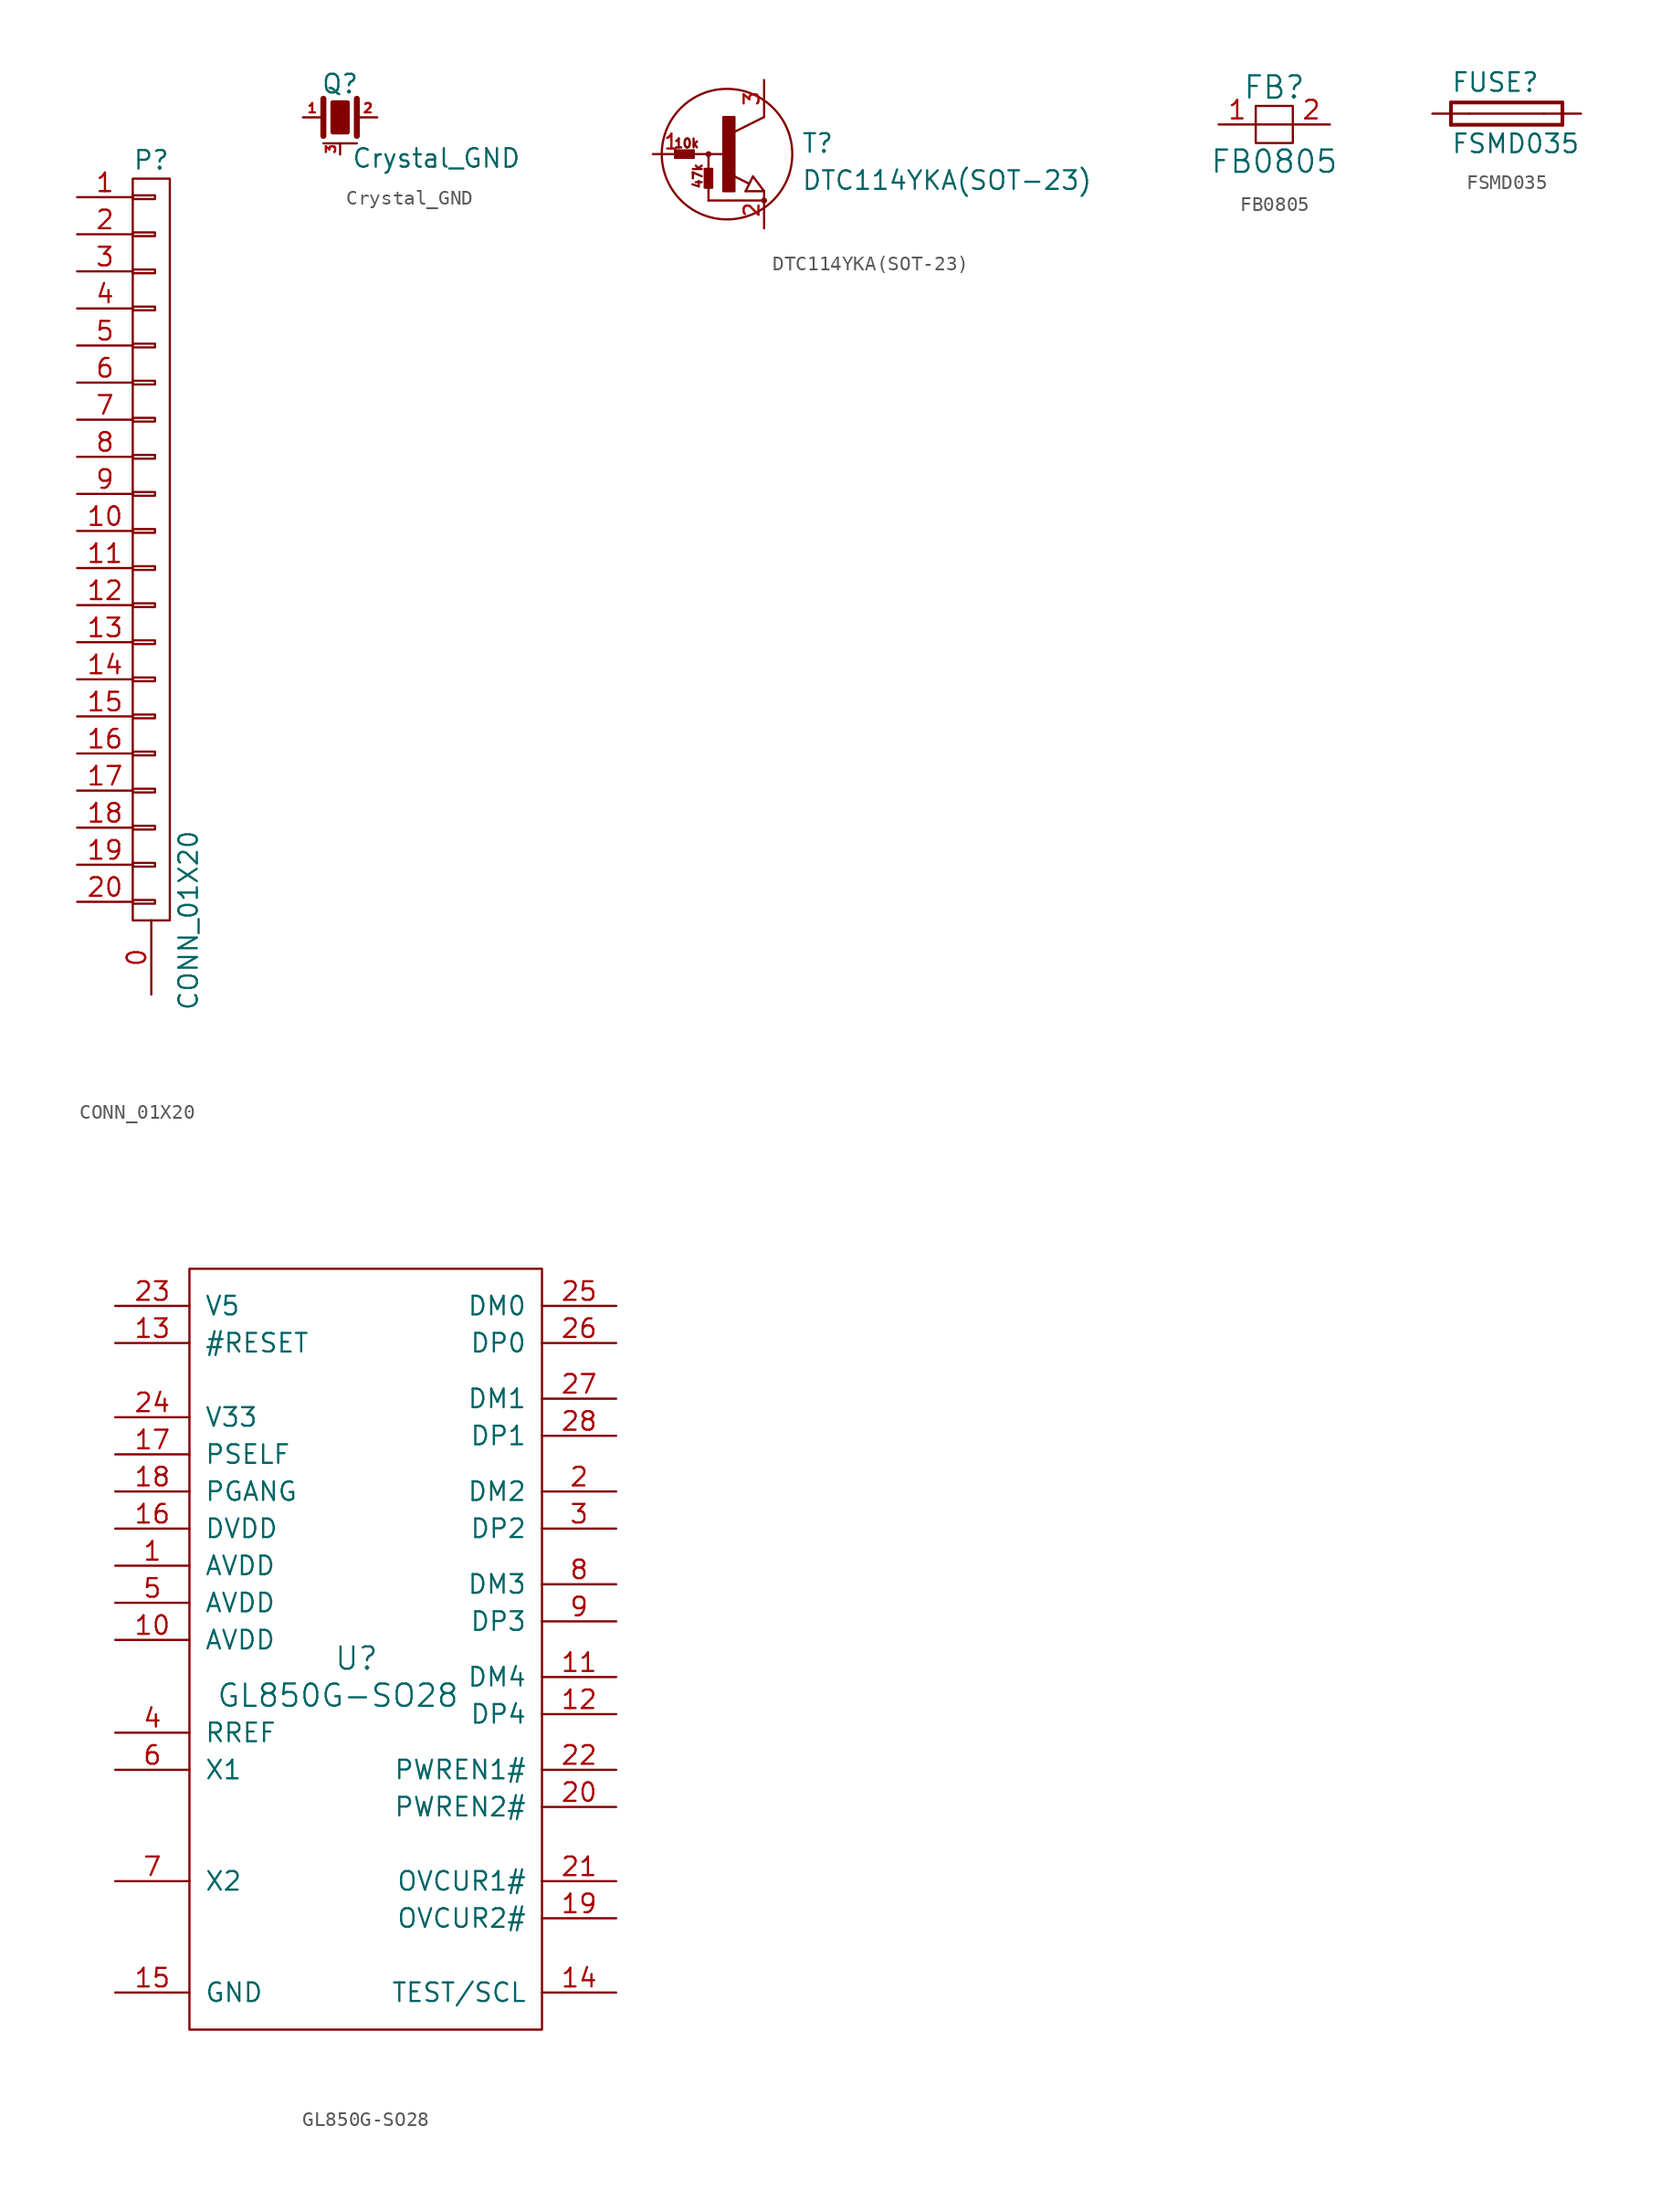
<source format=kicad_sym>
(kicad_symbol_lib
  (version 20241209)
  (generator "kicad_symbol_editor")
  (generator_version "9.0")
  (symbol "CONN_01X20"
    (pin_names
      (offset 1.016)
      (hide yes))
    (property "Reference" "P"
      (at 0 26.67 0)
      (effects (font (size 1.27 1.27))))
    (property "Value" "CONN_01X20"
      (at 2.54 -25.4 90)
      (effects (font (size 1.27 1.27))))
    (property "Footprint" ""
      (at 0 -25.4 0)
      (effects (font (size 1.27 1.27))))
    (property "Datasheet" ""
      (at 0 -25.4 0)
      (effects (font (size 1.27 1.27))))
    (symbol "CONN_01X20_0_1"
      (rectangle (start -1.27 25.4) (end 1.27 -25.4) (stroke (width 0) (type solid)) (fill (type none)))
      (rectangle (start -1.27 24.257) (end 0.254 24.003) (stroke (width 0) (type solid)) (fill (type none)))
      (rectangle (start -1.27 21.717) (end 0.254 21.463) (stroke (width 0) (type solid)) (fill (type none)))
      (rectangle (start -1.27 19.177) (end 0.254 18.923) (stroke (width 0) (type solid)) (fill (type none)))
      (rectangle (start -1.27 16.637) (end 0.254 16.383) (stroke (width 0) (type solid)) (fill (type none)))
      (rectangle (start -1.27 14.097) (end 0.254 13.843) (stroke (width 0) (type solid)) (fill (type none)))
      (rectangle (start -1.27 11.557) (end 0.254 11.303) (stroke (width 0) (type solid)) (fill (type none)))
      (rectangle (start -1.27 9.017) (end 0.254 8.763) (stroke (width 0) (type solid)) (fill (type none)))
      (rectangle (start -1.27 6.477) (end 0.254 6.223) (stroke (width 0) (type solid)) (fill (type none)))
      (rectangle (start -1.27 3.937) (end 0.254 3.683) (stroke (width 0) (type solid)) (fill (type none)))
      (rectangle (start -1.27 1.397) (end 0.254 1.143) (stroke (width 0) (type solid)) (fill (type none)))
      (rectangle (start -1.27 -1.143) (end 0.254 -1.397) (stroke (width 0) (type solid)) (fill (type none)))
      (rectangle (start -1.27 -3.683) (end 0.254 -3.937) (stroke (width 0) (type solid)) (fill (type none)))
      (rectangle (start -1.27 -6.223) (end 0.254 -6.477) (stroke (width 0) (type solid)) (fill (type none)))
      (rectangle (start -1.27 -8.763) (end 0.254 -9.017) (stroke (width 0) (type solid)) (fill (type none)))
      (rectangle (start -1.27 -11.303) (end 0.254 -11.557) (stroke (width 0) (type solid)) (fill (type none)))
      (rectangle (start -1.27 -13.843) (end 0.254 -14.097) (stroke (width 0) (type solid)) (fill (type none)))
      (rectangle (start -1.27 -16.383) (end 0.254 -16.637) (stroke (width 0) (type solid)) (fill (type none)))
      (rectangle (start -1.27 -18.923) (end 0.254 -19.177) (stroke (width 0) (type solid)) (fill (type none)))
      (rectangle (start -1.27 -21.463) (end 0.254 -21.717) (stroke (width 0) (type solid)) (fill (type none)))
      (rectangle (start -1.27 -24.003) (end 0.254 -24.257) (stroke (width 0) (type solid)) (fill (type none))))
    (symbol "CONN_01X20_1_1"
      (pin passive line (at -5.08 24.13 0) (length 3.81) (name "P1" (effects (font (size 1.27 1.27)))) (number "1" (effects (font (size 1.27 1.27)))))
      (pin passive line (at -5.08 21.59 0) (length 3.81) (name "P2" (effects (font (size 1.27 1.27)))) (number "2" (effects (font (size 1.27 1.27)))))
      (pin passive line (at -5.08 19.05 0) (length 3.81) (name "P3" (effects (font (size 1.27 1.27)))) (number "3" (effects (font (size 1.27 1.27)))))
      (pin passive line (at -5.08 16.51 0) (length 3.81) (name "P4" (effects (font (size 1.27 1.27)))) (number "4" (effects (font (size 1.27 1.27)))))
      (pin passive line (at -5.08 13.97 0) (length 3.81) (name "P5" (effects (font (size 1.27 1.27)))) (number "5" (effects (font (size 1.27 1.27)))))
      (pin passive line (at -5.08 11.43 0) (length 3.81) (name "P6" (effects (font (size 1.27 1.27)))) (number "6" (effects (font (size 1.27 1.27)))))
      (pin passive line (at -5.08 8.89 0) (length 3.81) (name "P7" (effects (font (size 1.27 1.27)))) (number "7" (effects (font (size 1.27 1.27)))))
      (pin passive line (at -5.08 6.35 0) (length 3.81) (name "P8" (effects (font (size 1.27 1.27)))) (number "8" (effects (font (size 1.27 1.27)))))
      (pin passive line (at -5.08 3.81 0) (length 3.81) (name "P9" (effects (font (size 1.27 1.27)))) (number "9" (effects (font (size 1.27 1.27)))))
      (pin passive line (at -5.08 1.27 0) (length 3.81) (name "P10" (effects (font (size 1.27 1.27)))) (number "10" (effects (font (size 1.27 1.27)))))
      (pin passive line (at -5.08 -1.27 0) (length 3.81) (name "P11" (effects (font (size 1.27 1.27)))) (number "11" (effects (font (size 1.27 1.27)))))
      (pin passive line (at -5.08 -3.81 0) (length 3.81) (name "P12" (effects (font (size 1.27 1.27)))) (number "12" (effects (font (size 1.27 1.27)))))
      (pin passive line (at -5.08 -6.35 0) (length 3.81) (name "P13" (effects (font (size 1.27 1.27)))) (number "13" (effects (font (size 1.27 1.27)))))
      (pin passive line (at -5.08 -8.89 0) (length 3.81) (name "P14" (effects (font (size 1.27 1.27)))) (number "14" (effects (font (size 1.27 1.27)))))
      (pin passive line (at -5.08 -11.43 0) (length 3.81) (name "P15" (effects (font (size 1.27 1.27)))) (number "15" (effects (font (size 1.27 1.27)))))
      (pin passive line (at -5.08 -13.97 0) (length 3.81) (name "P16" (effects (font (size 1.27 1.27)))) (number "16" (effects (font (size 1.27 1.27)))))
      (pin passive line (at -5.08 -16.51 0) (length 3.81) (name "P17" (effects (font (size 1.27 1.27)))) (number "17" (effects (font (size 1.27 1.27)))))
      (pin passive line (at -5.08 -19.05 0) (length 3.81) (name "P18" (effects (font (size 1.27 1.27)))) (number "18" (effects (font (size 1.27 1.27)))))
      (pin passive line (at -5.08 -21.59 0) (length 3.81) (name "P19" (effects (font (size 1.27 1.27)))) (number "19" (effects (font (size 1.27 1.27)))))
      (pin passive line (at -5.08 -24.13 0) (length 3.81) (name "P20" (effects (font (size 1.27 1.27)))) (number "20" (effects (font (size 1.27 1.27)))))
      (pin passive line (at 0 -30.48 90) (length 5.08) (name "P0" (effects (font (size 1.27 1.27)))) (number "0" (effects (font (size 1.27 1.27)))))))
  (symbol "Crystal_GND"
    (pin_names
      (offset 1.016)
      (hide yes))
    (property "Reference" "Q"
      (at 0 2.286 0)
      (effects (font (size 1.27 1.27))))
    (property "Value" "Crystal_GND"
      (at 0.762 -2.794 0)
      (effects (font (size 1.27 1.27)) (justify left)))
    (property "Footprint" ""
      (at 0 0 0)
      (effects (font (size 1.524 1.524))))
    (property "Datasheet" ""
      (at 0 0 0)
      (effects (font (size 1.524 1.524))))
    (symbol "Crystal_GND_0_1"
      (polyline (pts (xy -1.143 1.27) (xy -1.143 -1.27)) (stroke (width 0.406) (type solid)) (fill (type none)))
      (polyline (pts (xy -1.143 -1.778) (xy 1.143 -1.778)) (stroke (width 0) (type solid)) (fill (type none)))
      (polyline (pts (xy -0.508 1.016) (xy 0.508 1.016) (xy 0.508 -1.016) (xy -0.508 -1.016) (xy -0.508 1.016)) (stroke (width 0.305) (type solid)) (fill (type outline)))
      (polyline (pts (xy 1.143 1.27) (xy 1.143 -1.27)) (stroke (width 0.406) (type solid)) (fill (type none))))
    (symbol "Crystal_GND_1_1"
      (pin passive line (at -2.54 0 0) (length 1.27) (name "1" (effects (font (size 0.508 0.508)))) (number "1" (effects (font (size 0.635 0.635)))))
      (pin passive line (at 0 -2.54 90) (length 0.762) (name "case" (effects (font (size 0.508 0.508)))) (number "3" (effects (font (size 0.635 0.635)))))
      (pin passive line (at 2.54 0 180) (length 1.27) (name "2" (effects (font (size 0.508 0.508)))) (number "2" (effects (font (size 0.635 0.635)))))))
  (symbol "DTC114YKA(SOT-23)"
    (pin_names
      (offset 0)
      (hide yes))
    (property "Reference" "T"
      (at 5.08 0 0)
      (effects (font (size 1.27 1.27)) (justify left bottom)))
    (property "Value" "DTC114YKA(SOT-23)"
      (at 5.08 -2.54 0)
      (effects (font (size 1.27 1.27)) (justify left bottom)))
    (property "Datasheet" ""
      (at 0 0 0)
      (effects (font (size 1.524 1.524))))
    (symbol "DTC114YKA(SOT-23)_1_0"
      (polyline (pts (xy -3.556 0.254) (xy -3.556 0.127)) (stroke (width 0) (type solid)) (fill (type none)))
      (polyline (pts (xy -3.556 0.254) (xy -2.286 0.254)) (stroke (width 0) (type solid)) (fill (type none)))
      (polyline (pts (xy -3.556 0.127) (xy -3.556 0)) (stroke (width 0) (type solid)) (fill (type none)))
      (polyline (pts (xy -3.556 0.127) (xy -2.286 0.127)) (stroke (width 0) (type solid)) (fill (type none)))
      (polyline (pts (xy -3.556 0) (xy -3.556 -0.127)) (stroke (width 0) (type solid)) (fill (type none)))
      (polyline (pts (xy -3.556 -0.127) (xy -3.556 -0.254)) (stroke (width 0) (type solid)) (fill (type none)))
      (polyline (pts (xy -3.556 -0.127) (xy -2.286 -0.127)) (stroke (width 0) (type solid)) (fill (type none)))
      (polyline (pts (xy -3.556 -0.254) (xy -2.286 -0.254)) (stroke (width 0) (type solid)) (fill (type none)))
      (polyline (pts (xy -2.286 0.254) (xy -2.286 0.127)) (stroke (width 0) (type solid)) (fill (type none)))
      (polyline (pts (xy -2.286 0.127) (xy -2.286 0)) (stroke (width 0) (type solid)) (fill (type none)))
      (polyline (pts (xy -2.286 0) (xy -3.556 0)) (stroke (width 0) (type solid)) (fill (type none)))
      (polyline (pts (xy -2.286 0) (xy -2.286 -0.254)) (stroke (width 0) (type solid)) (fill (type none)))
      (polyline (pts (xy -1.524 -1.016) (xy -1.397 -1.016)) (stroke (width 0) (type solid)) (fill (type none)))
      (polyline (pts (xy -1.524 -2.286) (xy -1.524 -1.016)) (stroke (width 0) (type solid)) (fill (type none)))
      (polyline (pts (xy -1.524 -2.286) (xy -1.397 -2.286)) (stroke (width 0) (type solid)) (fill (type none)))
      (polyline (pts (xy -1.397 -1.016) (xy -1.143 -1.016)) (stroke (width 0) (type solid)) (fill (type none)))
      (polyline (pts (xy -1.397 -2.286) (xy -1.397 -1.016)) (stroke (width 0) (type solid)) (fill (type none)))
      (polyline (pts (xy -1.397 -2.286) (xy -1.143 -2.286)) (stroke (width 0) (type solid)) (fill (type none)))
      (polyline (pts (xy -1.27 0) (xy -2.286 0)) (stroke (width 0) (type solid)) (fill (type none)))
      (polyline (pts (xy -1.27 0) (xy -1.27 -3.175)) (stroke (width 0) (type solid)) (fill (type none)))
      (polyline (pts (xy -1.27 -3.175) (xy 2.54 -3.175)) (stroke (width 0) (type solid)) (fill (type none)))
      (polyline (pts (xy -1.143 -1.016) (xy -1.016 -1.016)) (stroke (width 0) (type solid)) (fill (type none)))
      (polyline (pts (xy -1.143 -2.286) (xy -1.143 -1.016)) (stroke (width 0) (type solid)) (fill (type none)))
      (polyline (pts (xy -1.143 -2.286) (xy -1.016 -2.286)) (stroke (width 0) (type solid)) (fill (type none)))
      (polyline (pts (xy -1.016 -2.286) (xy -1.016 -1.016)) (stroke (width 0) (type solid)) (fill (type none)))
      (polyline (pts (xy 0 0) (xy -1.27 0)) (stroke (width 0) (type solid)) (fill (type none)))
      (polyline (pts (xy 1.27 -2.54) (xy 1.778 -1.524)) (stroke (width 0) (type solid)) (fill (type none)))
      (polyline (pts (xy 1.524 -2.032) (xy 0.305 -1.422)) (stroke (width 0) (type solid)) (fill (type none)))
      (polyline (pts (xy 1.778 -1.524) (xy 2.54 -2.54)) (stroke (width 0) (type solid)) (fill (type none)))
      (polyline (pts (xy 2.54 2.54) (xy 0.508 1.524)) (stroke (width 0) (type solid)) (fill (type none)))
      (polyline (pts (xy 2.54 -2.54) (xy 1.27 -2.54)) (stroke (width 0) (type solid)) (fill (type none)))
      (text "10k" (at -2.769 0.737 0) (effects (font (size 0.61 0.61))))
      (text "47k" (at -2.007 -1.499 900) (effects (font (size 0.61 0.61)))))
    (symbol "DTC114YKA(SOT-23)_1_1"
      (circle (center -1.27 0) (radius 0.127) (stroke (width 0) (type solid)) (fill (type outline)))
      (rectangle (start -0.254 -2.54) (end 0.508 2.54) (stroke (width 0) (type solid)) (fill (type outline)))
      (circle (center 0 0) (radius 4.47) (stroke (width 0) (type solid)) (fill (type none)))
      (circle (center 2.54 -3.175) (radius 0.127) (stroke (width 0) (type solid)) (fill (type outline)))
      (pin passive line (at -5.08 0 0) (length 2.54) (name "B" (effects (font (size 1.016 1.016)))) (number "1" (effects (font (size 1.016 1.016)))))
      (pin passive line (at 2.54 5.08 270) (length 2.54) (name "C" (effects (font (size 1.016 1.016)))) (number "3" (effects (font (size 1.016 1.016)))))
      (pin passive line (at 2.54 -5.08 90) (length 2.54) (name "E" (effects (font (size 1.016 1.016)))) (number "2" (effects (font (size 1.016 1.016)))))))
  (symbol "FB0805"
    (pin_names
      (offset 1.016))
    (property "Reference" "FB"
      (at 0 2.54 0)
      (effects (font (size 1.524 1.524))))
    (property "Value" "FB0805"
      (at 0 -2.54 0)
      (effects (font (size 1.524 1.524))))
    (property "Footprint" ""
      (at 0 0 0)
      (effects (font (size 1.524 1.524))))
    (property "Datasheet" ""
      (at 0 0 0)
      (effects (font (size 1.524 1.524))))
    (symbol "FB0805_0_1"
      (rectangle (start -1.27 1.27) (end 1.27 -1.27) (stroke (width 0) (type solid)) (fill (type none)))
      (polyline (pts (xy -1.27 0) (xy 1.27 0)) (stroke (width 0) (type solid)) (fill (type none))))
    (symbol "FB0805_1_1"
      (pin passive line (at -3.81 0 0) (length 2.54) (name "~" (effects (font (size 1.27 1.27)))) (number "1" (effects (font (size 1.27 1.27)))))
      (pin passive line (at 3.81 0 180) (length 2.54) (name "~" (effects (font (size 1.27 1.27)))) (number "2" (effects (font (size 1.27 1.27)))))))
  (symbol "FSMD035"
    (pin_numbers
      (hide yes))
    (pin_names
      (offset 1.016)
      (hide yes))
    (property "Reference" "FUSE"
      (at -3.81 1.397 0)
      (effects (font (size 1.27 1.27)) (justify left bottom)))
    (property "Value" "FSMD035"
      (at -3.81 -2.794 0)
      (effects (font (size 1.27 1.27)) (justify left bottom)))
    (property "Datasheet" ""
      (at 0 0 0)
      (effects (font (size 1.524 1.524))))
    (property "ki_locked" ""
      (at 0 0 0)
      (effects (font (size 1.27 1.27))))
    (symbol "FSMD035_1_0"
      (polyline (pts (xy -3.81 0.762) (xy -3.81 -0.762)) (stroke (width 0.254) (type solid)) (fill (type none)))
      (polyline (pts (xy -3.81 -0.762) (xy 3.81 -0.762)) (stroke (width 0.254) (type solid)) (fill (type none)))
      (polyline (pts (xy -2.54 0) (xy 2.54 0)) (stroke (width 0) (type solid)) (fill (type none)))
      (polyline (pts (xy 3.81 0.762) (xy -3.81 0.762)) (stroke (width 0.254) (type solid)) (fill (type none)))
      (polyline (pts (xy 3.81 -0.762) (xy 3.81 0.762)) (stroke (width 0.254) (type solid)) (fill (type none))))
    (symbol "FSMD035_1_1"
      (pin passive line (at -5.08 0 0) (length 2.54) (name "1" (effects (font (size 1.016 1.016)))) (number "1" (effects (font (size 1.016 1.016)))))
      (pin passive line (at 5.08 0 180) (length 2.54) (name "2" (effects (font (size 1.016 1.016)))) (number "2" (effects (font (size 1.016 1.016)))))))
  (symbol "GL850G-SO28"
    (pin_names
      (offset 1.016))
    (property "Reference" "U"
      (at -1.27 -1.27 0)
      (effects (font (size 1.524 1.524))))
    (property "Value" "GL850G-SO28"
      (at -2.54 -3.81 0)
      (effects (font (size 1.524 1.524))))
    (property "Footprint" ""
      (at -1.27 -1.27 0)
      (effects (font (size 1.524 1.524))))
    (property "Datasheet" ""
      (at -1.27 -1.27 0)
      (effects (font (size 1.524 1.524))))
    (symbol "GL850G-SO28_0_1"
      (rectangle (start -12.7 25.4) (end 11.43 -26.67) (stroke (width 0) (type solid)) (fill (type none))))
    (symbol "GL850G-SO28_1_1"
      (pin power_in line (at -17.78 22.86 0) (length 5.08) (name "V5" (effects (font (size 1.27 1.27)))) (number "23" (effects (font (size 1.27 1.27)))))
      (pin bidirectional line (at -17.78 20.32 0) (length 5.08) (name "#RESET" (effects (font (size 1.27 1.27)))) (number "13" (effects (font (size 1.27 1.27)))))
      (pin power_out line (at -17.78 15.24 0) (length 5.08) (name "V33" (effects (font (size 1.27 1.27)))) (number "24" (effects (font (size 1.27 1.27)))))
      (pin bidirectional line (at -17.78 12.7 0) (length 5.08) (name "PSELF" (effects (font (size 1.27 1.27)))) (number "17" (effects (font (size 1.27 1.27)))))
      (pin bidirectional line (at -17.78 10.16 0) (length 5.08) (name "PGANG" (effects (font (size 1.27 1.27)))) (number "18" (effects (font (size 1.27 1.27)))))
      (pin power_in line (at -17.78 7.62 0) (length 5.08) (name "DVDD" (effects (font (size 1.27 1.27)))) (number "16" (effects (font (size 1.27 1.27)))))
      (pin power_in line (at -17.78 5.08 0) (length 5.08) (name "AVDD" (effects (font (size 1.27 1.27)))) (number "1" (effects (font (size 1.27 1.27)))))
      (pin power_in line (at -17.78 2.54 0) (length 5.08) (name "AVDD" (effects (font (size 1.27 1.27)))) (number "5" (effects (font (size 1.27 1.27)))))
      (pin power_in line (at -17.78 0 0) (length 5.08) (name "AVDD" (effects (font (size 1.27 1.27)))) (number "10" (effects (font (size 1.27 1.27)))))
      (pin bidirectional line (at -17.78 -6.35 0) (length 5.08) (name "RREF" (effects (font (size 1.27 1.27)))) (number "4" (effects (font (size 1.27 1.27)))))
      (pin bidirectional line (at -17.78 -8.89 0) (length 5.08) (name "X1" (effects (font (size 1.27 1.27)))) (number "6" (effects (font (size 1.27 1.27)))))
      (pin bidirectional line (at -17.78 -16.51 0) (length 5.08) (name "X2" (effects (font (size 1.27 1.27)))) (number "7" (effects (font (size 1.27 1.27)))))
      (pin power_in line (at -17.78 -24.13 0) (length 5.08) (name "GND" (effects (font (size 1.27 1.27)))) (number "15" (effects (font (size 1.27 1.27)))))
      (pin bidirectional line (at 16.51 22.86 180) (length 5.08) (name "DM0" (effects (font (size 1.27 1.27)))) (number "25" (effects (font (size 1.27 1.27)))))
      (pin bidirectional line (at 16.51 20.32 180) (length 5.08) (name "DP0" (effects (font (size 1.27 1.27)))) (number "26" (effects (font (size 1.27 1.27)))))
      (pin bidirectional line (at 16.51 16.51 180) (length 5.08) (name "DM1" (effects (font (size 1.27 1.27)))) (number "27" (effects (font (size 1.27 1.27)))))
      (pin bidirectional line (at 16.51 13.97 180) (length 5.08) (name "DP1" (effects (font (size 1.27 1.27)))) (number "28" (effects (font (size 1.27 1.27)))))
      (pin bidirectional line (at 16.51 10.16 180) (length 5.08) (name "DM2" (effects (font (size 1.27 1.27)))) (number "2" (effects (font (size 1.27 1.27)))))
      (pin bidirectional line (at 16.51 7.62 180) (length 5.08) (name "DP2" (effects (font (size 1.27 1.27)))) (number "3" (effects (font (size 1.27 1.27)))))
      (pin bidirectional line (at 16.51 3.81 180) (length 5.08) (name "DM3" (effects (font (size 1.27 1.27)))) (number "8" (effects (font (size 1.27 1.27)))))
      (pin bidirectional line (at 16.51 1.27 180) (length 5.08) (name "DP3" (effects (font (size 1.27 1.27)))) (number "9" (effects (font (size 1.27 1.27)))))
      (pin bidirectional line (at 16.51 -2.54 180) (length 5.08) (name "DM4" (effects (font (size 1.27 1.27)))) (number "11" (effects (font (size 1.27 1.27)))))
      (pin bidirectional line (at 16.51 -5.08 180) (length 5.08) (name "DP4" (effects (font (size 1.27 1.27)))) (number "12" (effects (font (size 1.27 1.27)))))
      (pin bidirectional line (at 16.51 -8.89 180) (length 5.08) (name "PWREN1#" (effects (font (size 1.27 1.27)))) (number "22" (effects (font (size 1.27 1.27)))))
      (pin bidirectional line (at 16.51 -11.43 180) (length 5.08) (name "PWREN2#" (effects (font (size 1.27 1.27)))) (number "20" (effects (font (size 1.27 1.27)))))
      (pin bidirectional line (at 16.51 -16.51 180) (length 5.08) (name "OVCUR1#" (effects (font (size 1.27 1.27)))) (number "21" (effects (font (size 1.27 1.27)))))
      (pin bidirectional line (at 16.51 -19.05 180) (length 5.08) (name "OVCUR2#" (effects (font (size 1.27 1.27)))) (number "19" (effects (font (size 1.27 1.27)))))
      (pin input line (at 16.51 -24.13 180) (length 5.08) (name "TEST/SCL" (effects (font (size 1.27 1.27)))) (number "14" (effects (font (size 1.27 1.27))))))))
</source>
